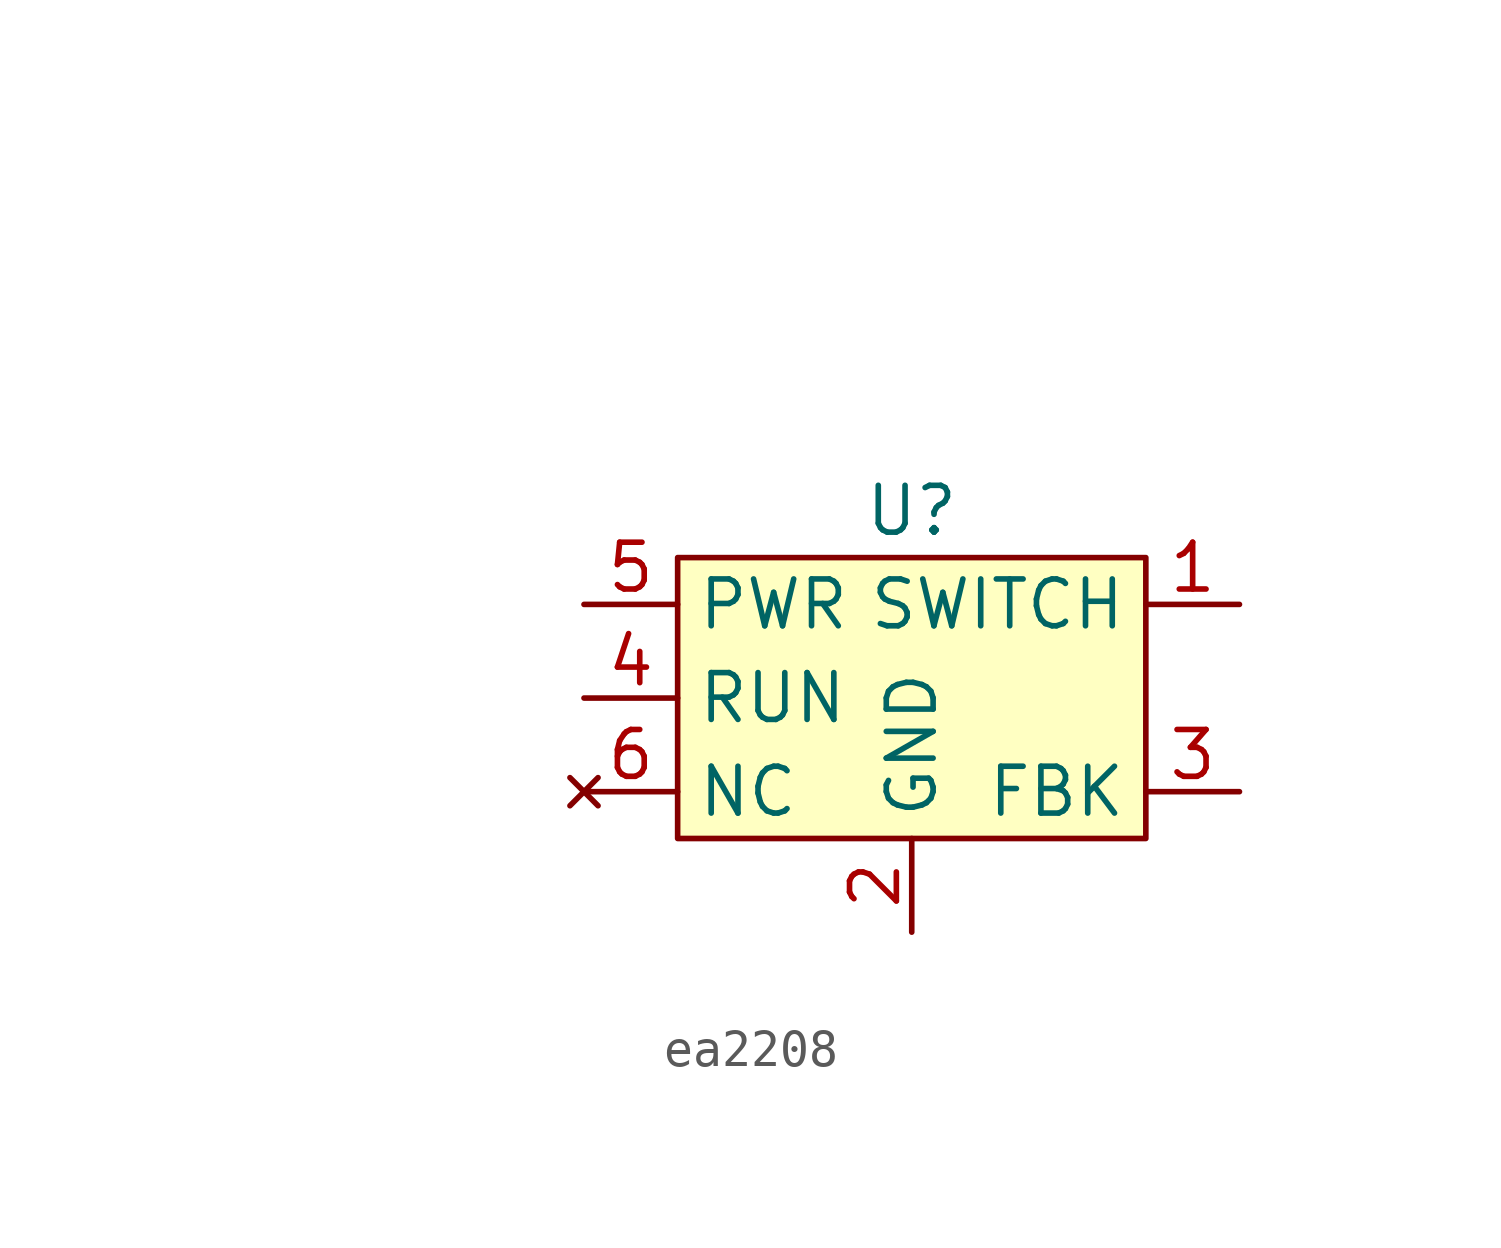
<source format=kicad_sym>
(kicad_symbol_lib
  (version 20220914)
  (generator kicad_symbol_editor)
  (symbol "ea2208"
    (property "Reference" "U"
      (at 0 5.08 0)
      (effects (font (size 1.27 1.27))))
    (property "Value" ""
      (at -17.78 12.7 0)
      (effects (font (size 1.27 1.27))))
    (symbol "ea2208_1_1"
      (rectangle (start -6.35 3.81) (end 6.35 -3.81) (stroke (width 0) (type default)) (fill (type background)))
      (pin power_out line (at 8.89 2.54 180) (length 2.54) (name "SWITCH" (effects (font (size 1.27 1.27)))) (number "1" (effects (font (size 1.27 1.27)))))
      (pin power_in line (at 0 -6.35 90) (length 2.54) (name "GND" (effects (font (size 1.27 1.27)))) (number "2" (effects (font (size 1.27 1.27)))))
      (pin input line (at 8.89 -2.54 180) (length 2.54) (name "FBK" (effects (font (size 1.27 1.27)))) (number "3" (effects (font (size 1.27 1.27)))))
      (pin input line (at -8.89 0 0) (length 2.54) (name "RUN" (effects (font (size 1.27 1.27)))) (number "4" (effects (font (size 1.27 1.27)))))
      (pin power_in line (at -8.89 2.54 0) (length 2.54) (name "PWR" (effects (font (size 1.27 1.27)))) (number "5" (effects (font (size 1.27 1.27)))))
      (pin no_connect line (at -8.89 -2.54 0) (length 2.54) (name "NC" (effects (font (size 1.27 1.27)))) (number "6" (effects (font (size 1.27 1.27))))))))
</source>
